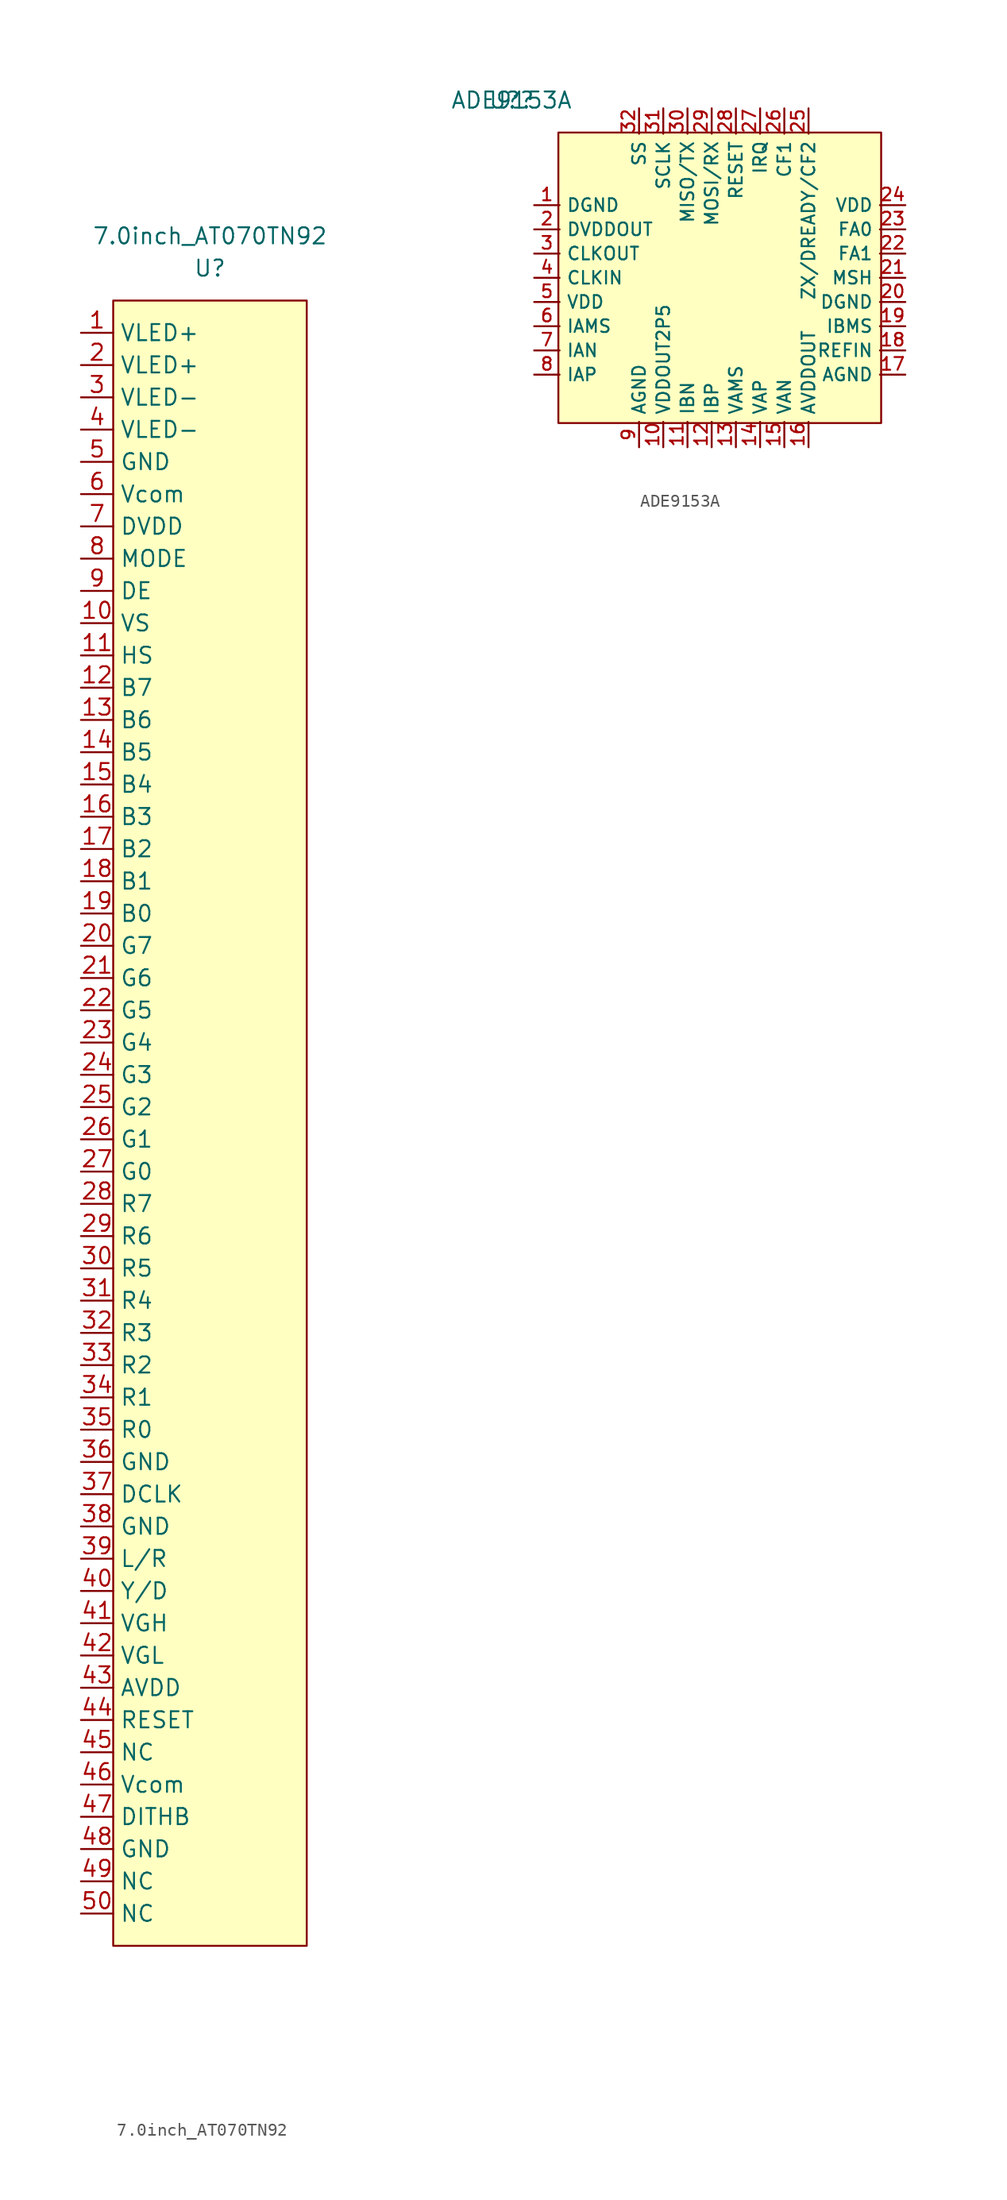
<source format=kicad_sym>
(kicad_symbol_lib
  (version 20211014)
  (generator kicad_symbol_editor)
  (symbol "7.0inch_AT070TN92"
    (property "Reference" "U"
      (at 10.16 5.08 0)
      (effects (font (size 1.27 1.27))))
    (property "Value" "7.0inch_AT070TN92"
      (at 10.16 7.62 0)
      (effects (font (size 1.27 1.27))))
    (symbol "7.0inch_AT070TN92_0_0"
      (pin passive line (at 0 0 0) (length 2.54) (name "VLED+" (effects (font (size 1.27 1.27)))) (number "1" (effects (font (size 1.27 1.27)))))
      (pin passive line (at 0 -22.86 0) (length 2.54) (name "VS" (effects (font (size 1.27 1.27)))) (number "10" (effects (font (size 1.27 1.27)))))
      (pin passive line (at 0 -25.4 0) (length 2.54) (name "HS" (effects (font (size 1.27 1.27)))) (number "11" (effects (font (size 1.27 1.27)))))
      (pin passive line (at 0 -27.94 0) (length 2.54) (name "B7" (effects (font (size 1.27 1.27)))) (number "12" (effects (font (size 1.27 1.27)))))
      (pin passive line (at 0 -30.48 0) (length 2.54) (name "B6" (effects (font (size 1.27 1.27)))) (number "13" (effects (font (size 1.27 1.27)))))
      (pin passive line (at 0 -33.02 0) (length 2.54) (name "B5" (effects (font (size 1.27 1.27)))) (number "14" (effects (font (size 1.27 1.27)))))
      (pin passive line (at 0 -35.56 0) (length 2.54) (name "B4" (effects (font (size 1.27 1.27)))) (number "15" (effects (font (size 1.27 1.27)))))
      (pin passive line (at 0 -38.1 0) (length 2.54) (name "B3" (effects (font (size 1.27 1.27)))) (number "16" (effects (font (size 1.27 1.27)))))
      (pin passive line (at 0 -40.64 0) (length 2.54) (name "B2" (effects (font (size 1.27 1.27)))) (number "17" (effects (font (size 1.27 1.27)))))
      (pin passive line (at 0 -43.18 0) (length 2.54) (name "B1" (effects (font (size 1.27 1.27)))) (number "18" (effects (font (size 1.27 1.27)))))
      (pin passive line (at 0 -45.72 0) (length 2.54) (name "B0" (effects (font (size 1.27 1.27)))) (number "19" (effects (font (size 1.27 1.27)))))
      (pin passive line (at 0 -2.54 0) (length 2.54) (name "VLED+" (effects (font (size 1.27 1.27)))) (number "2" (effects (font (size 1.27 1.27)))))
      (pin passive line (at 0 -48.26 0) (length 2.54) (name "G7" (effects (font (size 1.27 1.27)))) (number "20" (effects (font (size 1.27 1.27)))))
      (pin passive line (at 0 -50.8 0) (length 2.54) (name "G6" (effects (font (size 1.27 1.27)))) (number "21" (effects (font (size 1.27 1.27)))))
      (pin passive line (at 0 -53.34 0) (length 2.54) (name "G5" (effects (font (size 1.27 1.27)))) (number "22" (effects (font (size 1.27 1.27)))))
      (pin passive line (at 0 -55.88 0) (length 2.54) (name "G4" (effects (font (size 1.27 1.27)))) (number "23" (effects (font (size 1.27 1.27)))))
      (pin passive line (at 0 -58.42 0) (length 2.54) (name "G3" (effects (font (size 1.27 1.27)))) (number "24" (effects (font (size 1.27 1.27)))))
      (pin passive line (at 0 -60.96 0) (length 2.54) (name "G2" (effects (font (size 1.27 1.27)))) (number "25" (effects (font (size 1.27 1.27)))))
      (pin passive line (at 0 -63.5 0) (length 2.54) (name "G1" (effects (font (size 1.27 1.27)))) (number "26" (effects (font (size 1.27 1.27)))))
      (pin passive line (at 0 -66.04 0) (length 2.54) (name "G0" (effects (font (size 1.27 1.27)))) (number "27" (effects (font (size 1.27 1.27)))))
      (pin passive line (at 0 -68.58 0) (length 2.54) (name "R7" (effects (font (size 1.27 1.27)))) (number "28" (effects (font (size 1.27 1.27)))))
      (pin passive line (at 0 -71.12 0) (length 2.54) (name "R6" (effects (font (size 1.27 1.27)))) (number "29" (effects (font (size 1.27 1.27)))))
      (pin passive line (at 0 -5.08 0) (length 2.54) (name "VLED-" (effects (font (size 1.27 1.27)))) (number "3" (effects (font (size 1.27 1.27)))))
      (pin passive line (at 0 -73.66 0) (length 2.54) (name "R5" (effects (font (size 1.27 1.27)))) (number "30" (effects (font (size 1.27 1.27)))))
      (pin passive line (at 0 -76.2 0) (length 2.54) (name "R4" (effects (font (size 1.27 1.27)))) (number "31" (effects (font (size 1.27 1.27)))))
      (pin passive line (at 0 -78.74 0) (length 2.54) (name "R3" (effects (font (size 1.27 1.27)))) (number "32" (effects (font (size 1.27 1.27)))))
      (pin passive line (at 0 -81.28 0) (length 2.54) (name "R2" (effects (font (size 1.27 1.27)))) (number "33" (effects (font (size 1.27 1.27)))))
      (pin passive line (at 0 -83.82 0) (length 2.54) (name "R1" (effects (font (size 1.27 1.27)))) (number "34" (effects (font (size 1.27 1.27)))))
      (pin passive line (at 0 -86.36 0) (length 2.54) (name "R0" (effects (font (size 1.27 1.27)))) (number "35" (effects (font (size 1.27 1.27)))))
      (pin passive line (at 0 -88.9 0) (length 2.54) (name "GND" (effects (font (size 1.27 1.27)))) (number "36" (effects (font (size 1.27 1.27)))))
      (pin passive line (at 0 -91.44 0) (length 2.54) (name "DCLK" (effects (font (size 1.27 1.27)))) (number "37" (effects (font (size 1.27 1.27)))))
      (pin passive line (at 0 -93.98 0) (length 2.54) (name "GND" (effects (font (size 1.27 1.27)))) (number "38" (effects (font (size 1.27 1.27)))))
      (pin passive line (at 0 -96.52 0) (length 2.54) (name "L/R" (effects (font (size 1.27 1.27)))) (number "39" (effects (font (size 1.27 1.27)))))
      (pin passive line (at 0 -7.62 0) (length 2.54) (name "VLED-" (effects (font (size 1.27 1.27)))) (number "4" (effects (font (size 1.27 1.27)))))
      (pin passive line (at 0 -99.06 0) (length 2.54) (name "Y/D" (effects (font (size 1.27 1.27)))) (number "40" (effects (font (size 1.27 1.27)))))
      (pin passive line (at 0 -101.6 0) (length 2.54) (name "VGH" (effects (font (size 1.27 1.27)))) (number "41" (effects (font (size 1.27 1.27)))))
      (pin passive line (at 0 -104.14 0) (length 2.54) (name "VGL" (effects (font (size 1.27 1.27)))) (number "42" (effects (font (size 1.27 1.27)))))
      (pin passive line (at 0 -106.68 0) (length 2.54) (name "AVDD" (effects (font (size 1.27 1.27)))) (number "43" (effects (font (size 1.27 1.27)))))
      (pin passive line (at 0 -109.22 0) (length 2.54) (name "RESET" (effects (font (size 1.27 1.27)))) (number "44" (effects (font (size 1.27 1.27)))))
      (pin passive line (at 0 -111.76 0) (length 2.54) (name "NC" (effects (font (size 1.27 1.27)))) (number "45" (effects (font (size 1.27 1.27)))))
      (pin passive line (at 0 -114.3 0) (length 2.54) (name "Vcom" (effects (font (size 1.27 1.27)))) (number "46" (effects (font (size 1.27 1.27)))))
      (pin passive line (at 0 -116.84 0) (length 2.54) (name "DITHB" (effects (font (size 1.27 1.27)))) (number "47" (effects (font (size 1.27 1.27)))))
      (pin passive line (at 0 -119.38 0) (length 2.54) (name "GND" (effects (font (size 1.27 1.27)))) (number "48" (effects (font (size 1.27 1.27)))))
      (pin passive line (at 0 -121.92 0) (length 2.54) (name "NC" (effects (font (size 1.27 1.27)))) (number "49" (effects (font (size 1.27 1.27)))))
      (pin passive line (at 0 -10.16 0) (length 2.54) (name "GND" (effects (font (size 1.27 1.27)))) (number "5" (effects (font (size 1.27 1.27)))))
      (pin passive line (at 0 -124.46 0) (length 2.54) (name "NC" (effects (font (size 1.27 1.27)))) (number "50" (effects (font (size 1.27 1.27)))))
      (pin passive line (at 0 -12.7 0) (length 2.54) (name "Vcom" (effects (font (size 1.27 1.27)))) (number "6" (effects (font (size 1.27 1.27)))))
      (pin passive line (at 0 -15.24 0) (length 2.54) (name "DVDD" (effects (font (size 1.27 1.27)))) (number "7" (effects (font (size 1.27 1.27)))))
      (pin passive line (at 0 -17.78 0) (length 2.54) (name "MODE" (effects (font (size 1.27 1.27)))) (number "8" (effects (font (size 1.27 1.27)))))
      (pin passive line (at 0 -20.32 0) (length 2.54) (name "DE" (effects (font (size 1.27 1.27)))) (number "9" (effects (font (size 1.27 1.27))))))
    (symbol "7.0inch_AT070TN92_0_1"
      (rectangle (start 2.54 2.54) (end 17.78 -127) (stroke (width 0) (type default) (color 0 0 0 0)) (fill (type background)))))
  (symbol "ADE9153A"
    (property "Reference" "U?"
      (at -4.318 15.24 0)
      (effects (font (size 1.27 1.27))))
    (property "Value" "ADE9153A"
      (at -4.318 15.24 0)
      (effects (font (size 1.27 1.27))))
    (symbol "ADE9153A_0_1"
      (rectangle (start -0.635 12.7) (end 24.765 -10.16) (stroke (width 0) (type default) (color 0 0 0 0)) (fill (type background))))
    (symbol "ADE9153A_1_1"
      (pin passive line (at -2.54 6.985 0) (length 2) (name "DGND" (effects (font (size 1 1)))) (number "1" (effects (font (size 1 1)))))
      (pin passive line (at 7.62 -12.065 90) (length 2) (name "VDDOUT2P5" (effects (font (size 1 1)))) (number "10" (effects (font (size 1 1)))))
      (pin passive line (at 9.525 -12.065 90) (length 2) (name "IBN" (effects (font (size 1 1)))) (number "11" (effects (font (size 1 1)))))
      (pin passive line (at 11.43 -12.065 90) (length 2) (name "IBP" (effects (font (size 1 1)))) (number "12" (effects (font (size 1 1)))))
      (pin passive line (at 13.335 -12.065 90) (length 2) (name "VAMS" (effects (font (size 1 1)))) (number "13" (effects (font (size 1 1)))))
      (pin passive line (at 15.24 -12.065 90) (length 2) (name "VAP" (effects (font (size 1 1)))) (number "14" (effects (font (size 1 1)))))
      (pin passive line (at 17.145 -12.065 90) (length 2) (name "VAN" (effects (font (size 1 1)))) (number "15" (effects (font (size 1 1)))))
      (pin passive line (at 19.05 -12.065 90) (length 2) (name "AVDDOUT" (effects (font (size 1 1)))) (number "16" (effects (font (size 1 1)))))
      (pin passive line (at 26.67 -6.35 180) (length 2) (name "AGND" (effects (font (size 1 1)))) (number "17" (effects (font (size 1 1)))))
      (pin passive line (at 26.67 -4.445 180) (length 2) (name "REFIN" (effects (font (size 1 1)))) (number "18" (effects (font (size 1 1)))))
      (pin passive line (at 26.67 -2.54 180) (length 2) (name "IBMS" (effects (font (size 1 1)))) (number "19" (effects (font (size 1 1)))))
      (pin passive line (at -2.54 5.08 0) (length 2) (name "DVDDOUT" (effects (font (size 1 1)))) (number "2" (effects (font (size 1 1)))))
      (pin passive line (at 26.67 -0.635 180) (length 2) (name "DGND" (effects (font (size 1 1)))) (number "20" (effects (font (size 1 1)))))
      (pin passive line (at 26.67 1.27 180) (length 2) (name "MSH" (effects (font (size 1 1)))) (number "21" (effects (font (size 1 1)))))
      (pin passive line (at 26.67 3.175 180) (length 2) (name "FA1" (effects (font (size 1 1)))) (number "22" (effects (font (size 1 1)))))
      (pin passive line (at 26.67 5.08 180) (length 2) (name "FA0" (effects (font (size 1 1)))) (number "23" (effects (font (size 1 1)))))
      (pin passive line (at 26.67 6.985 180) (length 2) (name "VDD" (effects (font (size 1 1)))) (number "24" (effects (font (size 1 1)))))
      (pin passive line (at 19.05 14.605 270) (length 2) (name "ZX/DREADY/CF2" (effects (font (size 1 1)))) (number "25" (effects (font (size 1 1)))))
      (pin passive line (at 17.145 14.605 270) (length 2) (name "CF1" (effects (font (size 1 1)))) (number "26" (effects (font (size 1 1)))))
      (pin passive line (at 15.24 14.605 270) (length 2) (name "IRQ" (effects (font (size 1 1)))) (number "27" (effects (font (size 1 1)))))
      (pin passive line (at 13.335 14.605 270) (length 2) (name "RESET" (effects (font (size 1 1)))) (number "28" (effects (font (size 1 1)))))
      (pin passive line (at 11.43 14.605 270) (length 2) (name "MOSI/RX" (effects (font (size 1 1)))) (number "29" (effects (font (size 1 1)))))
      (pin passive line (at -2.54 3.175 0) (length 2) (name "CLKOUT" (effects (font (size 1 1)))) (number "3" (effects (font (size 1 1)))))
      (pin passive line (at 9.525 14.605 270) (length 2) (name "MISO/TX" (effects (font (size 1 1)))) (number "30" (effects (font (size 1 1)))))
      (pin passive line (at 7.62 14.605 270) (length 2) (name "SCLK" (effects (font (size 1 1)))) (number "31" (effects (font (size 1 1)))))
      (pin passive line (at 5.715 14.605 270) (length 2) (name "SS" (effects (font (size 1 1)))) (number "32" (effects (font (size 1 1)))))
      (pin passive line (at -2.54 1.27 0) (length 2) (name "CLKIN" (effects (font (size 1 1)))) (number "4" (effects (font (size 1 1)))))
      (pin passive line (at -2.54 -0.635 0) (length 2) (name "VDD" (effects (font (size 1 1)))) (number "5" (effects (font (size 1 1)))))
      (pin passive line (at -2.54 -2.54 0) (length 2) (name "IAMS" (effects (font (size 1 1)))) (number "6" (effects (font (size 1 1)))))
      (pin passive line (at -2.54 -4.445 0) (length 2) (name "IAN" (effects (font (size 1 1)))) (number "7" (effects (font (size 1 1)))))
      (pin passive line (at -2.54 -6.35 0) (length 2) (name "IAP" (effects (font (size 1 1)))) (number "8" (effects (font (size 1 1)))))
      (pin passive line (at 5.715 -12.065 90) (length 2) (name "AGND" (effects (font (size 1 1)))) (number "9" (effects (font (size 1 1))))))))
</source>
